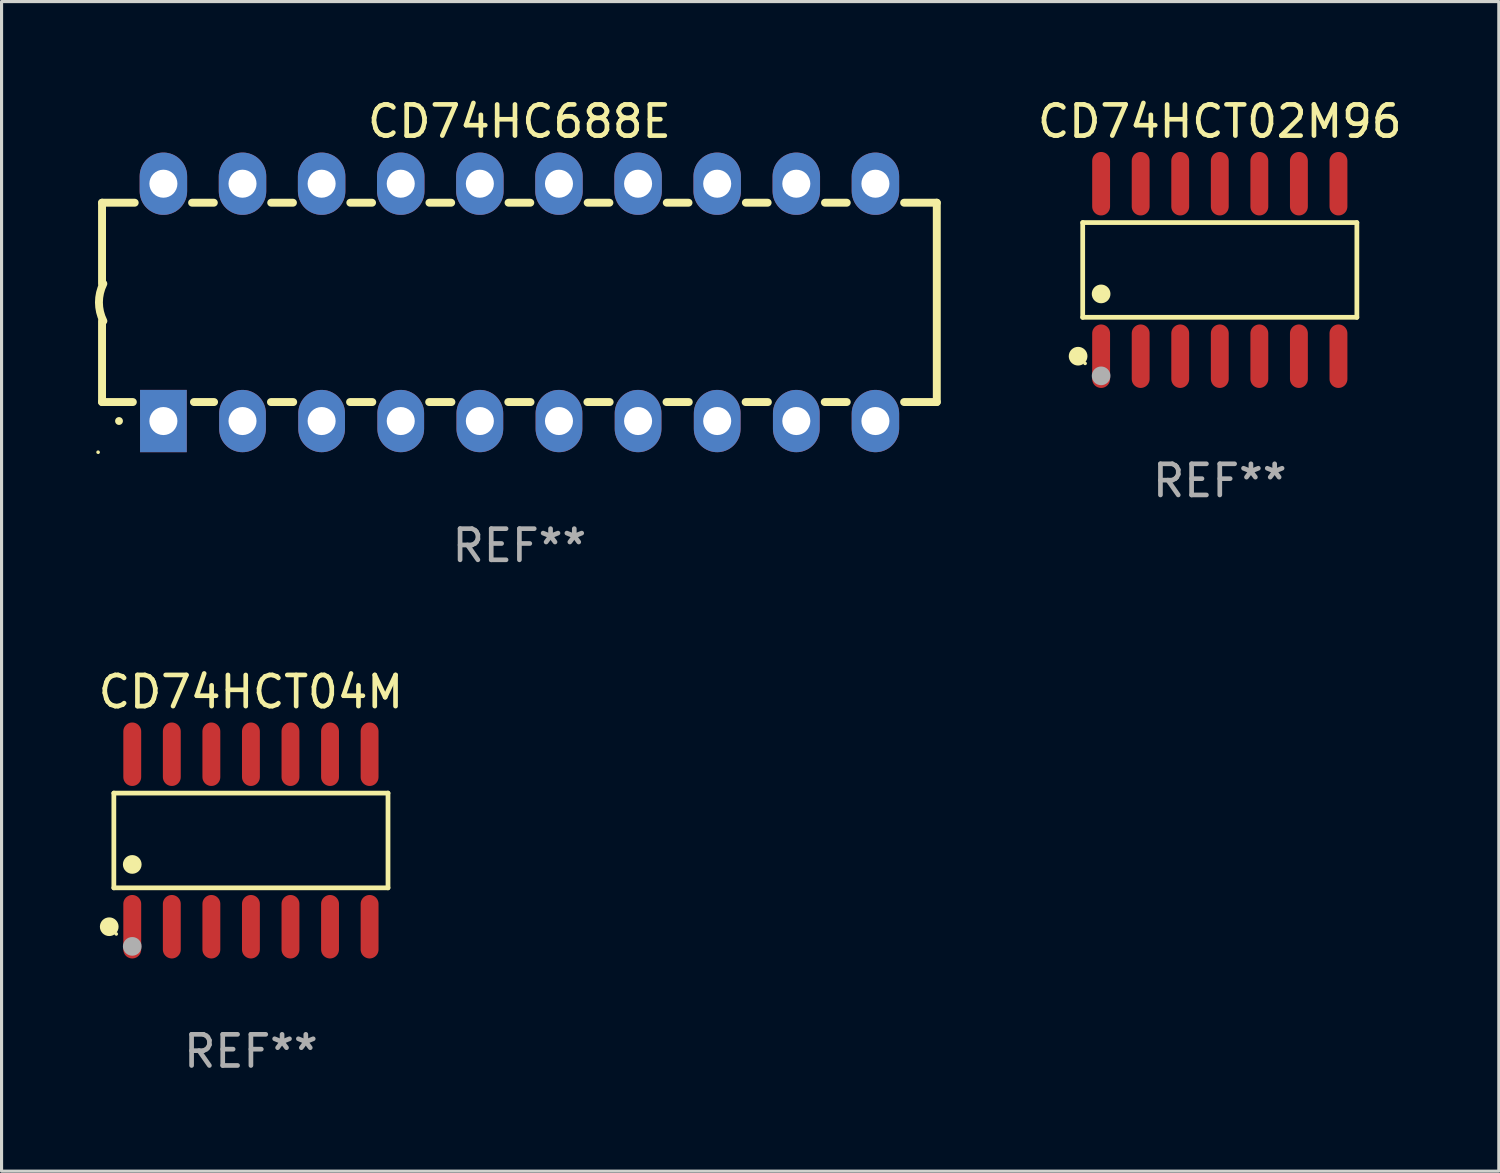
<source format=kicad_pcb>
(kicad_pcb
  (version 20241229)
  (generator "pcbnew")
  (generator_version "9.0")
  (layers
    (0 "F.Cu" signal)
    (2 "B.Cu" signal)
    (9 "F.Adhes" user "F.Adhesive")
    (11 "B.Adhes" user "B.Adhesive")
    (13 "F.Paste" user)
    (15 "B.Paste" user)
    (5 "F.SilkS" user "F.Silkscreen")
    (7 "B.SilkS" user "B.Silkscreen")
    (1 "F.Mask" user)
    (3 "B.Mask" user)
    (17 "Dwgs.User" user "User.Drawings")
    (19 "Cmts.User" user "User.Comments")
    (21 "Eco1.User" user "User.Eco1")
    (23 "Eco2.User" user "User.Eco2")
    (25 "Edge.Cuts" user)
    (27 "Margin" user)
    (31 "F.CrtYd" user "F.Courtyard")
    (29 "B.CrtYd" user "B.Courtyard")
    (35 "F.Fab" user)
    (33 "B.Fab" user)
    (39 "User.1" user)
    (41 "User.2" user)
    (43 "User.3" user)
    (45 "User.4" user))
  (footprint "CD74HCT04M"
    (layer "F.Cu")
    (at 5.006 23.934)
    (property "Reference" "CD74HCT04M" (at 0 -4.769 0) (layer "F.SilkS") (effects (font (size 1 1) (thickness 0.15))))
    (attr through_hole)
    (fp_line (start -4.401 -1.521) (end 4.401 -1.521) (stroke (width 0.152) (type solid)) (layer "F.SilkS"))
    (fp_line (start -4.401 1.521) (end -4.401 -1.521) (stroke (width 0.152) (type solid)) (layer "F.SilkS"))
    (fp_line (start 4.401 -1.521) (end 4.401 1.521) (stroke (width 0.152) (type solid)) (layer "F.SilkS"))
    (fp_line (start 4.401 1.521) (end -4.401 1.521) (stroke (width 0.152) (type solid)) (layer "F.SilkS"))
    (fp_circle (center -4.549 2.769) (end -4.399 2.769) (stroke (width 0.3) (type solid)) (fill no) (layer "F.SilkS"))
    (fp_circle (center -4.325 3) (end -4.295 3) (stroke (width 0.06) (type solid)) (fill no) (layer "F.SilkS"))
    (fp_circle (center -3.81 0.769) (end -3.66 0.769) (stroke (width 0.3) (type solid)) (fill no) (layer "F.SilkS"))
    (fp_circle (center -3.81 3.4) (end -3.66 3.4) (stroke (width 0.3) (type solid)) (fill no) (layer "F.Fab"))
    (fp_text user "REF**" (at 0 6.769 0) (layer "F.Fab") (effects (font (size 1 1) (thickness 0.15))))
    (pad "1" smd oval (at -3.81 2.769) (size 0.574 2.038) (layers "F.Cu" "F.Mask" "F.Paste"))
    (pad "2" smd oval (at -2.54 2.769) (size 0.574 2.038) (layers "F.Cu" "F.Mask" "F.Paste"))
    (pad "3" smd oval (at -1.27 2.769) (size 0.574 2.038) (layers "F.Cu" "F.Mask" "F.Paste"))
    (pad "4" smd oval (at 0 2.769) (size 0.574 2.038) (layers "F.Cu" "F.Mask" "F.Paste"))
    (pad "5" smd oval (at 1.27 2.769) (size 0.574 2.038) (layers "F.Cu" "F.Mask" "F.Paste"))
    (pad "6" smd oval (at 2.54 2.769) (size 0.574 2.038) (layers "F.Cu" "F.Mask" "F.Paste"))
    (pad "7" smd oval (at 3.81 2.769) (size 0.574 2.038) (layers "F.Cu" "F.Mask" "F.Paste"))
    (pad "8" smd oval (at 3.81 -2.769) (size 0.574 2.038) (layers "F.Cu" "F.Mask" "F.Paste"))
    (pad "9" smd oval (at 2.54 -2.769) (size 0.574 2.038) (layers "F.Cu" "F.Mask" "F.Paste"))
    (pad "10" smd oval (at 1.27 -2.769) (size 0.574 2.038) (layers "F.Cu" "F.Mask" "F.Paste"))
    (pad "11" smd oval (at 0 -2.769) (size 0.574 2.038) (layers "F.Cu" "F.Mask" "F.Paste"))
    (pad "12" smd oval (at -1.27 -2.769) (size 0.574 2.038) (layers "F.Cu" "F.Mask" "F.Paste"))
    (pad "13" smd oval (at -2.54 -2.769) (size 0.574 2.038) (layers "F.Cu" "F.Mask" "F.Paste"))
    (pad "14" smd oval (at -3.81 -2.769) (size 0.574 2.038) (layers "F.Cu" "F.Mask" "F.Paste")))
  (footprint "CD74HC688E"
    (layer "F.Cu")
    (at 13.626 6.658)
    (property "Reference" "CD74HC688E" (at 0 -5.81 0) (layer "F.SilkS") (effects (font (size 1 1) (thickness 0.15))))
    (attr through_hole)
    (fp_line (start -13.4 -3.2) (end -12.351 -3.2) (stroke (width 0.254) (type solid)) (layer "F.SilkS"))
    (fp_line (start -13.4 -0.6) (end -13.4 -3.2) (stroke (width 0.254) (type solid)) (layer "F.SilkS"))
    (fp_line (start -13.4 3.2) (end -13.4 0.6) (stroke (width 0.254) (type solid)) (layer "F.SilkS"))
    (fp_line (start -13.4 3.2) (end -12.411 3.2) (stroke (width 0.254) (type solid)) (layer "F.SilkS"))
    (fp_line (start -10.509 -3.2) (end -9.811 -3.2) (stroke (width 0.254) (type solid)) (layer "F.SilkS"))
    (fp_line (start -10.449 3.2) (end -9.803 3.2) (stroke (width 0.254) (type solid)) (layer "F.SilkS"))
    (fp_line (start -7.977 3.2) (end -7.263 3.2) (stroke (width 0.254) (type solid)) (layer "F.SilkS"))
    (fp_line (start -7.969 -3.2) (end -7.271 -3.2) (stroke (width 0.254) (type solid)) (layer "F.SilkS"))
    (fp_line (start -5.437 3.2) (end -4.723 3.2) (stroke (width 0.254) (type solid)) (layer "F.SilkS"))
    (fp_line (start -5.429 -3.2) (end -4.731 -3.2) (stroke (width 0.254) (type solid)) (layer "F.SilkS"))
    (fp_line (start -2.897 3.2) (end -2.183 3.2) (stroke (width 0.254) (type solid)) (layer "F.SilkS"))
    (fp_line (start -2.889 -3.2) (end -2.191 -3.2) (stroke (width 0.254) (type solid)) (layer "F.SilkS"))
    (fp_line (start -0.357 3.2) (end 0.357 3.2) (stroke (width 0.254) (type solid)) (layer "F.SilkS"))
    (fp_line (start -0.349 -3.2) (end 0.349 -3.2) (stroke (width 0.254) (type solid)) (layer "F.SilkS"))
    (fp_line (start 2.183 3.2) (end 2.897 3.2) (stroke (width 0.254) (type solid)) (layer "F.SilkS"))
    (fp_line (start 2.191 -3.2) (end 2.889 -3.2) (stroke (width 0.254) (type solid)) (layer "F.SilkS"))
    (fp_line (start 4.723 3.2) (end 5.437 3.2) (stroke (width 0.254) (type solid)) (layer "F.SilkS"))
    (fp_line (start 4.731 -3.2) (end 5.429 -3.2) (stroke (width 0.254) (type solid)) (layer "F.SilkS"))
    (fp_line (start 7.263 3.2) (end 7.977 3.2) (stroke (width 0.254) (type solid)) (layer "F.SilkS"))
    (fp_line (start 7.271 -3.2) (end 7.969 -3.2) (stroke (width 0.254) (type solid)) (layer "F.SilkS"))
    (fp_line (start 9.803 3.2) (end 10.509 3.2) (stroke (width 0.254) (type solid)) (layer "F.SilkS"))
    (fp_line (start 9.811 -3.2) (end 10.509 -3.2) (stroke (width 0.254) (type solid)) (layer "F.SilkS"))
    (fp_line (start 12.351 -3.2) (end 13.4 -3.2) (stroke (width 0.254) (type solid)) (layer "F.SilkS"))
    (fp_line (start 12.351 3.2) (end 13.4 3.2) (stroke (width 0.254) (type solid)) (layer "F.SilkS"))
    (fp_line (start 13.4 -3.2) (end 13.4 3.2) (stroke (width 0.254) (type solid)) (layer "F.SilkS"))
    (fp_arc (start -13.357557 0.599721) (mid -13.499295 0.000123) (end -13.358598 -0.599721) (stroke (width 0.254001) (type solid)) (layer "F.SilkS"))
    (fp_arc (start -12.854966 3.810008) (mid -12.854973 3.808738) (end -12.854966 3.807468) (stroke (width 0.25) (type solid)) (layer "F.SilkS"))
    (fp_circle (center -13.527 4.81) (end -13.497 4.81) (stroke (width 0.06) (type solid)) (fill no) (layer "F.SilkS"))
    (fp_text user "REF**" (at 0 7.81 0) (layer "F.Fab") (effects (font (size 1 1) (thickness 0.15))))
    (pad "1" thru_hole rect (at -11.43 3.81 90) (size 2 1.5) (drill 0.9) (layers "*.Cu" "*.Mask"))
    (pad "2" thru_hole oval (at -8.89 3.81 90) (size 2 1.5) (drill 0.9) (layers "*.Cu" "*.Mask"))
    (pad "3" thru_hole oval (at -6.35 3.81 90) (size 2 1.5) (drill 0.9) (layers "*.Cu" "*.Mask"))
    (pad "4" thru_hole oval (at -3.81 3.81 90) (size 2 1.5) (drill 0.9) (layers "*.Cu" "*.Mask"))
    (pad "5" thru_hole oval (at -1.27 3.81 90) (size 2 1.5) (drill 0.9) (layers "*.Cu" "*.Mask"))
    (pad "6" thru_hole oval (at 1.27 3.81 90) (size 2 1.5) (drill 0.9) (layers "*.Cu" "*.Mask"))
    (pad "7" thru_hole oval (at 3.81 3.81 90) (size 2 1.5) (drill 0.9) (layers "*.Cu" "*.Mask"))
    (pad "8" thru_hole oval (at 6.35 3.81 90) (size 2 1.5) (drill 0.9) (layers "*.Cu" "*.Mask"))
    (pad "9" thru_hole oval (at 8.89 3.81 90) (size 2 1.5) (drill 0.9) (layers "*.Cu" "*.Mask"))
    (pad "10" thru_hole oval (at 11.43 3.81 90) (size 2 1.524) (drill 0.9) (layers "*.Cu" "*.Mask"))
    (pad "11" thru_hole oval (at 11.43 -3.81 90) (size 2 1.524) (drill 0.9) (layers "*.Cu" "*.Mask"))
    (pad "12" thru_hole oval (at 8.89 -3.81 90) (size 2 1.524) (drill 0.9) (layers "*.Cu" "*.Mask"))
    (pad "13" thru_hole oval (at 6.35 -3.81 90) (size 2 1.524) (drill 0.9) (layers "*.Cu" "*.Mask"))
    (pad "14" thru_hole oval (at 3.81 -3.81 90) (size 2 1.524) (drill 0.9) (layers "*.Cu" "*.Mask"))
    (pad "15" thru_hole oval (at 1.27 -3.81 90) (size 2 1.524) (drill 0.9) (layers "*.Cu" "*.Mask"))
    (pad "16" thru_hole oval (at -1.27 -3.81 90) (size 2 1.524) (drill 0.9) (layers "*.Cu" "*.Mask"))
    (pad "17" thru_hole oval (at -3.81 -3.81 90) (size 2 1.524) (drill 0.9) (layers "*.Cu" "*.Mask"))
    (pad "18" thru_hole oval (at -6.35 -3.81 90) (size 2 1.524) (drill 0.9) (layers "*.Cu" "*.Mask"))
    (pad "19" thru_hole oval (at -8.89 -3.81 90) (size 2 1.524) (drill 0.9) (layers "*.Cu" "*.Mask"))
    (pad "20" thru_hole oval (at -11.43 -3.81 90) (size 2 1.524) (drill 0.9) (layers "*.Cu" "*.Mask")))
  (footprint "CD74HCT02M96"
    (layer "F.Cu")
    (at 36.112 5.617)
    (property "Reference" "CD74HCT02M96" (at 0 -4.769 0) (layer "F.SilkS") (effects (font (size 1 1) (thickness 0.15))))
    (attr through_hole)
    (fp_line (start -4.401 -1.521) (end 4.401 -1.521) (stroke (width 0.152) (type solid)) (layer "F.SilkS"))
    (fp_line (start -4.401 1.521) (end -4.401 -1.521) (stroke (width 0.152) (type solid)) (layer "F.SilkS"))
    (fp_line (start 4.401 -1.521) (end 4.401 1.521) (stroke (width 0.152) (type solid)) (layer "F.SilkS"))
    (fp_line (start 4.401 1.521) (end -4.401 1.521) (stroke (width 0.152) (type solid)) (layer "F.SilkS"))
    (fp_circle (center -4.549 2.769) (end -4.399 2.769) (stroke (width 0.3) (type solid)) (fill no) (layer "F.SilkS"))
    (fp_circle (center -4.325 3) (end -4.295 3) (stroke (width 0.06) (type solid)) (fill no) (layer "F.SilkS"))
    (fp_circle (center -3.81 0.769) (end -3.66 0.769) (stroke (width 0.3) (type solid)) (fill no) (layer "F.SilkS"))
    (fp_circle (center -3.81 3.4) (end -3.66 3.4) (stroke (width 0.3) (type solid)) (fill no) (layer "F.Fab"))
    (fp_text user "REF**" (at 0 6.769 0) (layer "F.Fab") (effects (font (size 1 1) (thickness 0.15))))
    (pad "1" smd oval (at -3.81 2.769) (size 0.574 2.038) (layers "F.Cu" "F.Mask" "F.Paste"))
    (pad "2" smd oval (at -2.54 2.769) (size 0.574 2.038) (layers "F.Cu" "F.Mask" "F.Paste"))
    (pad "3" smd oval (at -1.27 2.769) (size 0.574 2.038) (layers "F.Cu" "F.Mask" "F.Paste"))
    (pad "4" smd oval (at 0 2.769) (size 0.574 2.038) (layers "F.Cu" "F.Mask" "F.Paste"))
    (pad "5" smd oval (at 1.27 2.769) (size 0.574 2.038) (layers "F.Cu" "F.Mask" "F.Paste"))
    (pad "6" smd oval (at 2.54 2.769) (size 0.574 2.038) (layers "F.Cu" "F.Mask" "F.Paste"))
    (pad "7" smd oval (at 3.81 2.769) (size 0.574 2.038) (layers "F.Cu" "F.Mask" "F.Paste"))
    (pad "8" smd oval (at 3.81 -2.769) (size 0.574 2.038) (layers "F.Cu" "F.Mask" "F.Paste"))
    (pad "9" smd oval (at 2.54 -2.769) (size 0.574 2.038) (layers "F.Cu" "F.Mask" "F.Paste"))
    (pad "10" smd oval (at 1.27 -2.769) (size 0.574 2.038) (layers "F.Cu" "F.Mask" "F.Paste"))
    (pad "11" smd oval (at 0 -2.769) (size 0.574 2.038) (layers "F.Cu" "F.Mask" "F.Paste"))
    (pad "12" smd oval (at -1.27 -2.769) (size 0.574 2.038) (layers "F.Cu" "F.Mask" "F.Paste"))
    (pad "13" smd oval (at -2.54 -2.769) (size 0.574 2.038) (layers "F.Cu" "F.Mask" "F.Paste"))
    (pad "14" smd oval (at -3.81 -2.769) (size 0.574 2.038) (layers "F.Cu" "F.Mask" "F.Paste")))
  (gr_rect
    (start -3 -3)
    (end 45.07 34.551)
    (stroke (width 0.1) (type default))
    (fill no)
    (layer "Edge.Cuts")))
</source>
